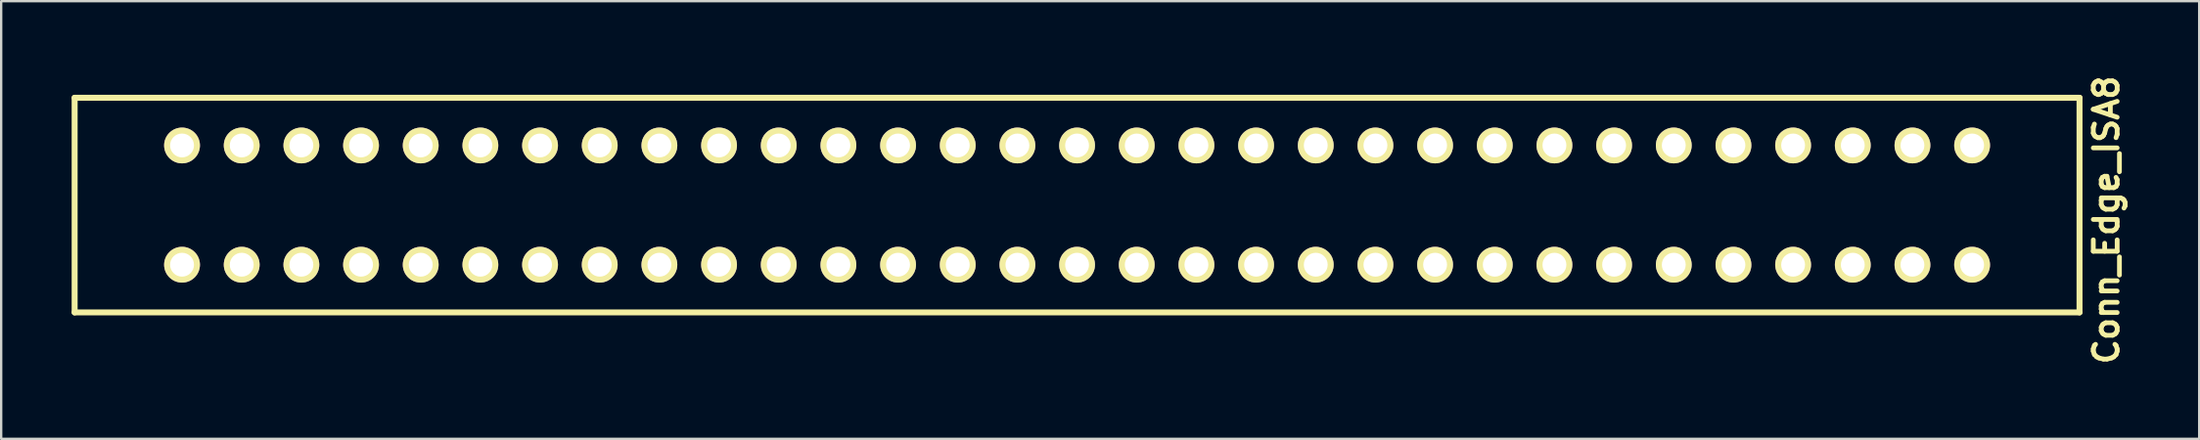
<source format=kicad_pcb>
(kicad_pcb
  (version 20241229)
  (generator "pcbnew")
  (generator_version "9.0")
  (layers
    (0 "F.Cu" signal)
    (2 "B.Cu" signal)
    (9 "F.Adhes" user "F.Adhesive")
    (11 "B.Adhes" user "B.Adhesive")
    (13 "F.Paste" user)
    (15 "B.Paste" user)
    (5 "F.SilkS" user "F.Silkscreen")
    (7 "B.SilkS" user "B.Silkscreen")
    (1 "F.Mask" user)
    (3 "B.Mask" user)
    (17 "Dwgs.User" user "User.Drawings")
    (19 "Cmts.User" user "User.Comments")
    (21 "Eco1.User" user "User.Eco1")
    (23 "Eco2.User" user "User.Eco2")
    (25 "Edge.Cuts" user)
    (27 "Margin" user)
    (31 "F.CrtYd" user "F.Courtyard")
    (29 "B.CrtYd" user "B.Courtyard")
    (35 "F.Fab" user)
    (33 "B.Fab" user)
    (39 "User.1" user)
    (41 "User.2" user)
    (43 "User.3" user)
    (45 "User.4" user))
  (footprint "Conn_Edge_ISA8"
    (layer "F.Cu")
    (at 42.799 5.688)
    (property "Reference" "Conn_Edge_ISA8" (at 43.815 0.635 90) (layer "F.SilkS") (effects (font (size 1.016 1.016) (thickness 0.203))))
    (attr through_hole)
    (fp_line (start -42.672 -4.572) (end 42.672 -4.572) (stroke (width 0.254) (type solid)) (layer "F.SilkS"))
    (fp_line (start -42.672 4.572) (end -42.672 -4.572) (stroke (width 0.254) (type solid)) (layer "F.SilkS"))
    (fp_line (start 42.672 -4.572) (end 42.672 4.572) (stroke (width 0.254) (type solid)) (layer "F.SilkS"))
    (fp_line (start 42.672 4.572) (end -42.672 4.572) (stroke (width 0.254) (type solid)) (layer "F.SilkS"))
    (pad "1" thru_hole circle (at 38.1 -2.54 180) (size 1.524 1.524) (drill 1.016) (layers "*.Cu" "*.Mask" "F.SilkS"))
    (pad "2" thru_hole circle (at 35.56 -2.54 180) (size 1.524 1.524) (drill 1.016) (layers "*.Cu" "*.Mask" "F.SilkS"))
    (pad "3" thru_hole circle (at 33.02 -2.54 180) (size 1.524 1.524) (drill 1.016) (layers "*.Cu" "*.Mask" "F.SilkS"))
    (pad "4" thru_hole circle (at 30.48 -2.54 180) (size 1.524 1.524) (drill 1.016) (layers "*.Cu" "*.Mask" "F.SilkS"))
    (pad "5" thru_hole circle (at 27.94 -2.54 180) (size 1.524 1.524) (drill 1.016) (layers "*.Cu" "*.Mask" "F.SilkS"))
    (pad "6" thru_hole circle (at 25.4 -2.54 180) (size 1.524 1.524) (drill 1.016) (layers "*.Cu" "*.Mask" "F.SilkS"))
    (pad "7" thru_hole circle (at 22.86 -2.54 180) (size 1.524 1.524) (drill 1.016) (layers "*.Cu" "*.Mask" "F.SilkS"))
    (pad "8" thru_hole circle (at 20.32 -2.54 180) (size 1.524 1.524) (drill 1.016) (layers "*.Cu" "*.Mask" "F.SilkS"))
    (pad "9" thru_hole circle (at 17.78 -2.54 180) (size 1.524 1.524) (drill 1.016) (layers "*.Cu" "*.Mask" "F.SilkS"))
    (pad "10" thru_hole circle (at 15.24 -2.54 180) (size 1.524 1.524) (drill 1.016) (layers "*.Cu" "*.Mask" "F.SilkS"))
    (pad "11" thru_hole circle (at 12.7 -2.54 180) (size 1.524 1.524) (drill 1.016) (layers "*.Cu" "*.Mask" "F.SilkS"))
    (pad "12" thru_hole circle (at 10.16 -2.54 180) (size 1.524 1.524) (drill 1.016) (layers "*.Cu" "*.Mask" "F.SilkS"))
    (pad "13" thru_hole circle (at 7.62 -2.54 180) (size 1.524 1.524) (drill 1.016) (layers "*.Cu" "*.Mask" "F.SilkS"))
    (pad "14" thru_hole circle (at 5.08 -2.54 180) (size 1.524 1.524) (drill 1.016) (layers "*.Cu" "*.Mask" "F.SilkS"))
    (pad "15" thru_hole circle (at 2.54 -2.54 180) (size 1.524 1.524) (drill 1.016) (layers "*.Cu" "*.Mask" "F.SilkS"))
    (pad "16" thru_hole circle (at 0 -2.54 180) (size 1.524 1.524) (drill 1.016) (layers "*.Cu" "*.Mask" "F.SilkS"))
    (pad "17" thru_hole circle (at -2.54 -2.54 180) (size 1.524 1.524) (drill 1.016) (layers "*.Cu" "*.Mask" "F.SilkS"))
    (pad "18" thru_hole circle (at -5.08 -2.54 180) (size 1.524 1.524) (drill 1.016) (layers "*.Cu" "*.Mask" "F.SilkS"))
    (pad "19" thru_hole circle (at -7.62 -2.54 180) (size 1.524 1.524) (drill 1.016) (layers "*.Cu" "*.Mask" "F.SilkS"))
    (pad "20" thru_hole circle (at -10.16 -2.54 180) (size 1.524 1.524) (drill 1.016) (layers "*.Cu" "*.Mask" "F.SilkS"))
    (pad "21" thru_hole circle (at -12.7 -2.54 180) (size 1.524 1.524) (drill 1.016) (layers "*.Cu" "*.Mask" "F.SilkS"))
    (pad "22" thru_hole circle (at -15.24 -2.54 180) (size 1.524 1.524) (drill 1.016) (layers "*.Cu" "*.Mask" "F.SilkS"))
    (pad "23" thru_hole circle (at -17.78 -2.54 180) (size 1.524 1.524) (drill 1.016) (layers "*.Cu" "*.Mask" "F.SilkS"))
    (pad "24" thru_hole circle (at -20.32 -2.54 180) (size 1.524 1.524) (drill 1.016) (layers "*.Cu" "*.Mask" "F.SilkS"))
    (pad "25" thru_hole circle (at -22.86 -2.54 180) (size 1.524 1.524) (drill 1.016) (layers "*.Cu" "*.Mask" "F.SilkS"))
    (pad "26" thru_hole circle (at -25.4 -2.54 180) (size 1.524 1.524) (drill 1.016) (layers "*.Cu" "*.Mask" "F.SilkS"))
    (pad "27" thru_hole circle (at -27.94 -2.54 180) (size 1.524 1.524) (drill 1.016) (layers "*.Cu" "*.Mask" "F.SilkS"))
    (pad "28" thru_hole circle (at -30.48 -2.54 180) (size 1.524 1.524) (drill 1.016) (layers "*.Cu" "*.Mask" "F.SilkS"))
    (pad "29" thru_hole circle (at -33.02 -2.54 180) (size 1.524 1.524) (drill 1.016) (layers "*.Cu" "*.Mask" "F.SilkS"))
    (pad "30" thru_hole circle (at -35.56 -2.54 180) (size 1.524 1.524) (drill 1.016) (layers "*.Cu" "*.Mask" "F.SilkS"))
    (pad "31" thru_hole circle (at -38.1 -2.54 180) (size 1.524 1.524) (drill 1.016) (layers "*.Cu" "*.Mask" "F.SilkS"))
    (pad "32" thru_hole circle (at 38.1 2.54 180) (size 1.524 1.524) (drill 1.016) (layers "*.Cu" "*.Mask" "F.SilkS"))
    (pad "33" thru_hole circle (at 35.56 2.54 180) (size 1.524 1.524) (drill 1.016) (layers "*.Cu" "*.Mask" "F.SilkS"))
    (pad "34" thru_hole circle (at 33.02 2.54 180) (size 1.524 1.524) (drill 1.016) (layers "*.Cu" "*.Mask" "F.SilkS"))
    (pad "35" thru_hole circle (at 30.48 2.54 180) (size 1.524 1.524) (drill 1.016) (layers "*.Cu" "*.Mask" "F.SilkS"))
    (pad "36" thru_hole circle (at 27.94 2.54 180) (size 1.524 1.524) (drill 1.016) (layers "*.Cu" "*.Mask" "F.SilkS"))
    (pad "37" thru_hole circle (at 25.4 2.54 180) (size 1.524 1.524) (drill 1.016) (layers "*.Cu" "*.Mask" "F.SilkS"))
    (pad "38" thru_hole circle (at 22.86 2.54 180) (size 1.524 1.524) (drill 1.016) (layers "*.Cu" "*.Mask" "F.SilkS"))
    (pad "39" thru_hole circle (at 20.32 2.54 180) (size 1.524 1.524) (drill 1.016) (layers "*.Cu" "*.Mask" "F.SilkS"))
    (pad "40" thru_hole circle (at 17.78 2.54 180) (size 1.524 1.524) (drill 1.016) (layers "*.Cu" "*.Mask" "F.SilkS"))
    (pad "41" thru_hole circle (at 15.24 2.54 180) (size 1.524 1.524) (drill 1.016) (layers "*.Cu" "*.Mask" "F.SilkS"))
    (pad "42" thru_hole circle (at 12.7 2.54 180) (size 1.524 1.524) (drill 1.016) (layers "*.Cu" "*.Mask" "F.SilkS"))
    (pad "43" thru_hole circle (at 10.16 2.54 180) (size 1.524 1.524) (drill 1.016) (layers "*.Cu" "*.Mask" "F.SilkS"))
    (pad "44" thru_hole circle (at 7.62 2.54 180) (size 1.524 1.524) (drill 1.016) (layers "*.Cu" "*.Mask" "F.SilkS"))
    (pad "45" thru_hole circle (at 5.08 2.54 180) (size 1.524 1.524) (drill 1.016) (layers "*.Cu" "*.Mask" "F.SilkS"))
    (pad "46" thru_hole circle (at 2.54 2.54 180) (size 1.524 1.524) (drill 1.016) (layers "*.Cu" "*.Mask" "F.SilkS"))
    (pad "47" thru_hole circle (at 0 2.54 180) (size 1.524 1.524) (drill 1.016) (layers "*.Cu" "*.Mask" "F.SilkS"))
    (pad "48" thru_hole circle (at -2.54 2.54 180) (size 1.524 1.524) (drill 1.016) (layers "*.Cu" "*.Mask" "F.SilkS"))
    (pad "49" thru_hole circle (at -5.08 2.54 180) (size 1.524 1.524) (drill 1.016) (layers "*.Cu" "*.Mask" "F.SilkS"))
    (pad "50" thru_hole circle (at -7.62 2.54 180) (size 1.524 1.524) (drill 1.016) (layers "*.Cu" "*.Mask" "F.SilkS"))
    (pad "51" thru_hole circle (at -10.16 2.54 180) (size 1.524 1.524) (drill 1.016) (layers "*.Cu" "*.Mask" "F.SilkS"))
    (pad "52" thru_hole circle (at -12.7 2.54 180) (size 1.524 1.524) (drill 1.016) (layers "*.Cu" "*.Mask" "F.SilkS"))
    (pad "53" thru_hole circle (at -15.24 2.54 180) (size 1.524 1.524) (drill 1.016) (layers "*.Cu" "*.Mask" "F.SilkS"))
    (pad "54" thru_hole circle (at -17.78 2.54 180) (size 1.524 1.524) (drill 1.016) (layers "*.Cu" "*.Mask" "F.SilkS"))
    (pad "55" thru_hole circle (at -20.32 2.54 180) (size 1.524 1.524) (drill 1.016) (layers "*.Cu" "*.Mask" "F.SilkS"))
    (pad "56" thru_hole circle (at -22.86 2.54 180) (size 1.524 1.524) (drill 1.016) (layers "*.Cu" "*.Mask" "F.SilkS"))
    (pad "57" thru_hole circle (at -25.4 2.54 180) (size 1.524 1.524) (drill 1.016) (layers "*.Cu" "*.Mask" "F.SilkS"))
    (pad "58" thru_hole circle (at -27.94 2.54 180) (size 1.524 1.524) (drill 1.016) (layers "*.Cu" "*.Mask" "F.SilkS"))
    (pad "59" thru_hole circle (at -30.48 2.54 180) (size 1.524 1.524) (drill 1.016) (layers "*.Cu" "*.Mask" "F.SilkS"))
    (pad "60" thru_hole circle (at -33.02 2.54 180) (size 1.524 1.524) (drill 1.016) (layers "*.Cu" "*.Mask" "F.SilkS"))
    (pad "61" thru_hole circle (at -35.56 2.54 180) (size 1.524 1.524) (drill 1.016) (layers "*.Cu" "*.Mask" "F.SilkS"))
    (pad "62" thru_hole circle (at -38.1 2.54 180) (size 1.524 1.524) (drill 1.016) (layers "*.Cu" "*.Mask" "F.SilkS")))
  (gr_rect
    (start -3 -3)
    (end 90.565 15.647)
    (stroke (width 0.1) (type default))
    (fill no)
    (layer "Edge.Cuts")))
</source>
